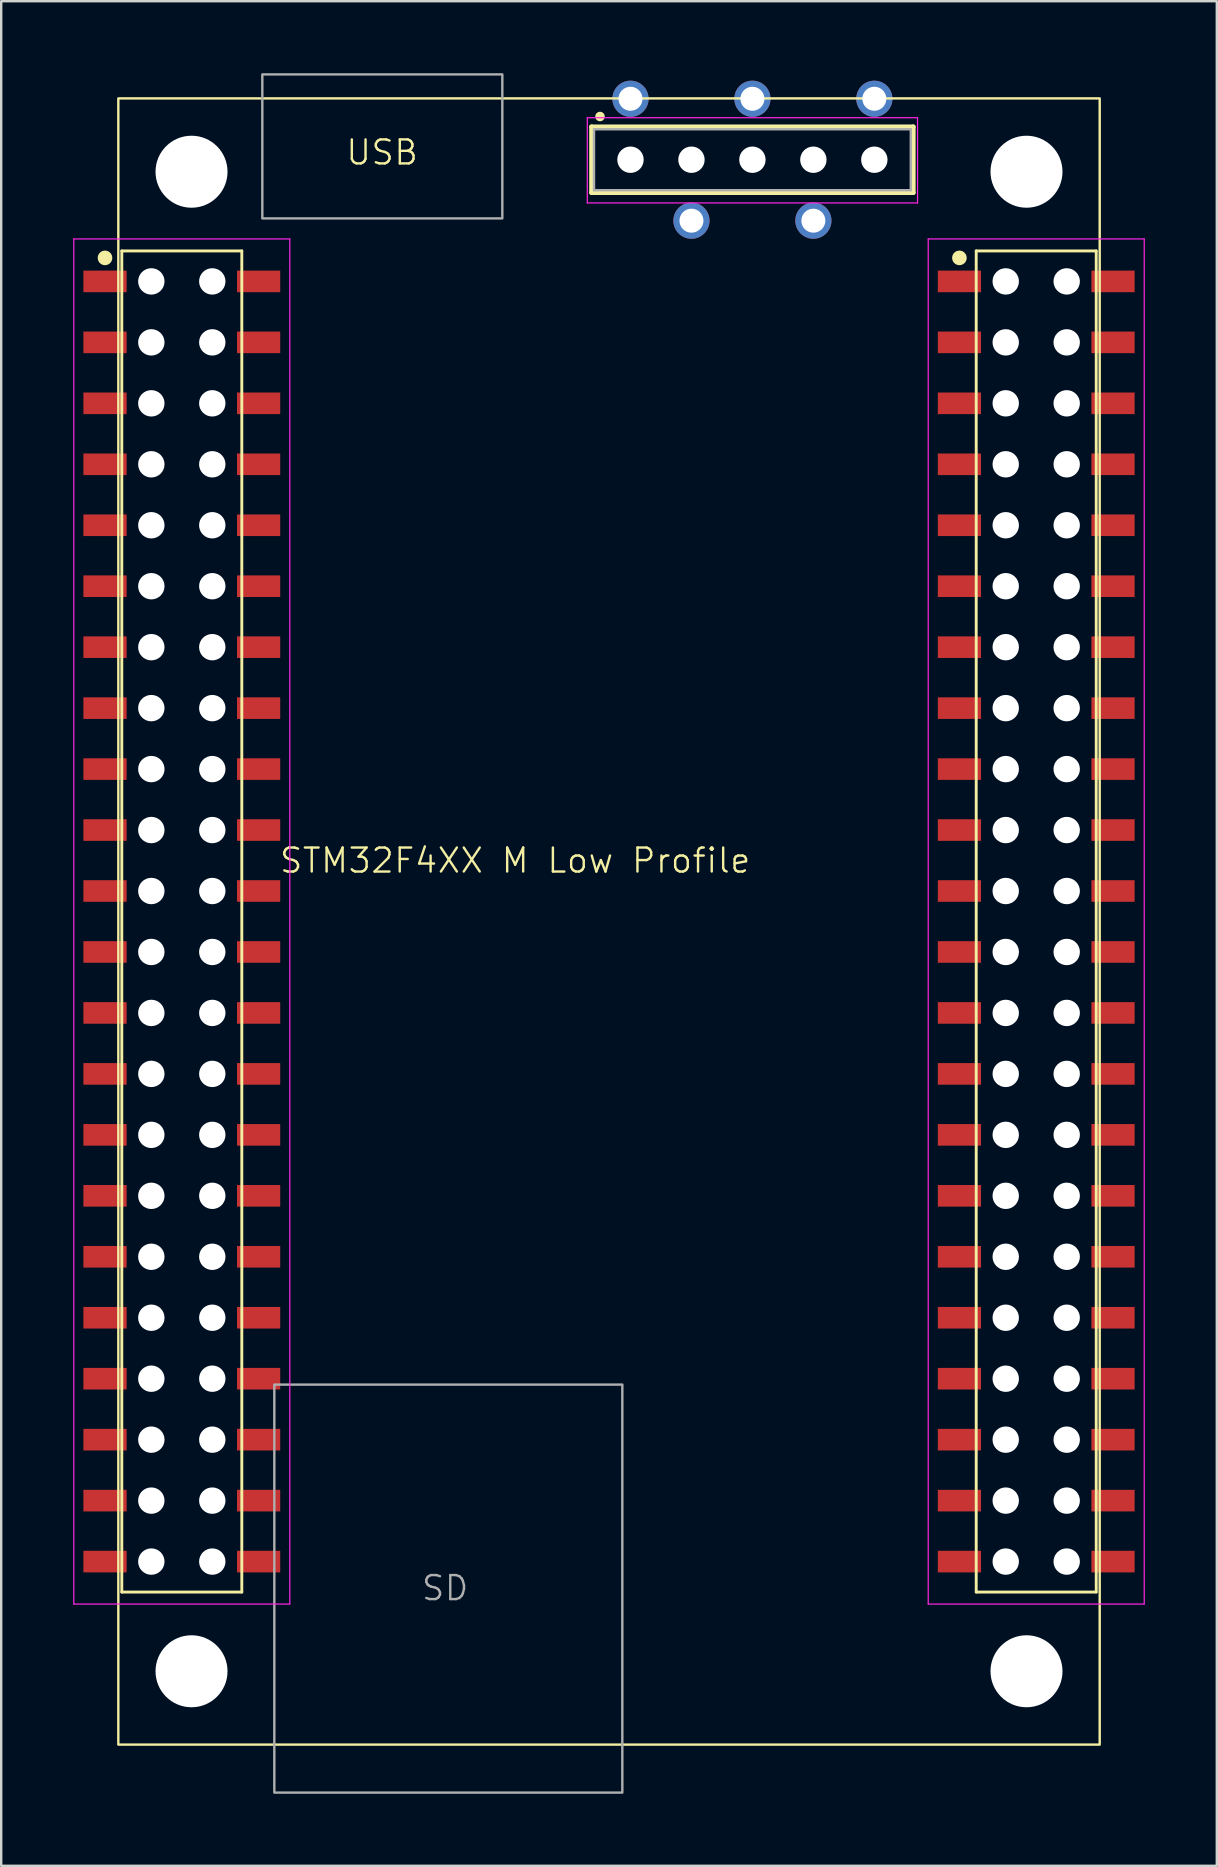
<source format=kicad_pcb>
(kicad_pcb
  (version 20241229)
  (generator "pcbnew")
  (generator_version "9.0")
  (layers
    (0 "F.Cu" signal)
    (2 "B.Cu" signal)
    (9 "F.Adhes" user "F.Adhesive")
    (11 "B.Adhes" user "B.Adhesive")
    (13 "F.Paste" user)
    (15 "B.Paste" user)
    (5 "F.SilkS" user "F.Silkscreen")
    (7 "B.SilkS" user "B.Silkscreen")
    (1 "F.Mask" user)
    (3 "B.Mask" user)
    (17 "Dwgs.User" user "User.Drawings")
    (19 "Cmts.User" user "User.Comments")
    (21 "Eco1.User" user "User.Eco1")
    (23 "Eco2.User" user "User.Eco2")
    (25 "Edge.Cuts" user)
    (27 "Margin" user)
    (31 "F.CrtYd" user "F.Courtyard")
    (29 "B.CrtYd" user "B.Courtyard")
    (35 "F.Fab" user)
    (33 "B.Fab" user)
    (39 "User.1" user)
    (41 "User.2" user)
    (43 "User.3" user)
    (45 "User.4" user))
  (footprint "STM32F4XX M Low Profile"
    (layer "F.Cu")
    (at 22.325 35.345)
    (property "Reference" "STM32F4XX M Low Profile" (at -3.91 -2.54 0) (unlocked yes) (layer "F.SilkS") (effects (font (size 1 1) (thickness 0.1))))
    (attr through_hole)
    (fp_line (start -20.3 -27.94) (end -20.3 27.94) (stroke (width 0.12) (type solid)) (layer "F.SilkS"))
    (fp_line (start -20.3 -27.94) (end -15.3 -27.94) (stroke (width 0.12) (type solid)) (layer "F.SilkS"))
    (fp_line (start -20.3 27.94) (end -15.3 27.94) (stroke (width 0.12) (type solid)) (layer "F.SilkS"))
    (fp_line (start -15.3 -27.94) (end -15.3 27.94) (stroke (width 0.12) (type solid)) (layer "F.SilkS"))
    (fp_line (start -0.725 -33.11) (end 12.675 -33.11) (stroke (width 0.2) (type solid)) (layer "F.SilkS"))
    (fp_line (start -0.725 -30.37) (end -0.725 -33.11) (stroke (width 0.2) (type solid)) (layer "F.SilkS"))
    (fp_line (start 12.675 -33.11) (end 12.675 -30.37) (stroke (width 0.2) (type solid)) (layer "F.SilkS"))
    (fp_line (start 12.675 -30.37) (end -0.725 -30.37) (stroke (width 0.2) (type solid)) (layer "F.SilkS"))
    (fp_line (start 15.3 -27.94) (end 15.3 27.94) (stroke (width 0.12) (type solid)) (layer "F.SilkS"))
    (fp_line (start 15.3 -27.94) (end 20.3 -27.94) (stroke (width 0.12) (type solid)) (layer "F.SilkS"))
    (fp_line (start 15.3 27.94) (end 20.3 27.94) (stroke (width 0.12) (type solid)) (layer "F.SilkS"))
    (fp_line (start 20.3 -27.94) (end 20.3 27.94) (stroke (width 0.12) (type solid)) (layer "F.SilkS"))
    (fp_rect (start -20.445 -34.295) (end 20.445 34.295) (stroke (width 0.1) (type default)) (fill no) (layer "F.SilkS"))
    (fp_circle (center -21 -27.65) (end -20.746 -27.65) (stroke (width 0.1) (type solid)) (fill yes) (layer "F.SilkS"))
    (fp_circle (center -0.375 -33.54) (end -0.275 -33.54) (stroke (width 0.2) (type solid)) (fill no) (layer "F.SilkS"))
    (fp_circle (center 14.6 -27.65) (end 14.854 -27.65) (stroke (width 0.1) (type solid)) (fill yes) (layer "F.SilkS"))
    (fp_line (start -22.3 -28.44) (end -22.3 28.44) (stroke (width 0.05) (type solid)) (layer "F.CrtYd"))
    (fp_line (start -13.3 -28.44) (end -22.3 -28.44) (stroke (width 0.05) (type solid)) (layer "F.CrtYd"))
    (fp_line (start -13.3 28.44) (end -22.3 28.44) (stroke (width 0.05) (type solid)) (layer "F.CrtYd"))
    (fp_line (start -13.3 28.44) (end -13.3 -28.44) (stroke (width 0.05) (type solid)) (layer "F.CrtYd"))
    (fp_line (start -0.905 -33.49) (end 12.855 -33.49) (stroke (width 0.05) (type solid)) (layer "F.CrtYd"))
    (fp_line (start -0.905 -29.94) (end -0.905 -33.49) (stroke (width 0.05) (type solid)) (layer "F.CrtYd"))
    (fp_line (start 12.855 -33.49) (end 12.855 -29.94) (stroke (width 0.05) (type solid)) (layer "F.CrtYd"))
    (fp_line (start 12.855 -29.94) (end -0.905 -29.94) (stroke (width 0.05) (type solid)) (layer "F.CrtYd"))
    (fp_line (start 13.3 -28.44) (end 13.3 28.44) (stroke (width 0.05) (type solid)) (layer "F.CrtYd"))
    (fp_line (start 22.3 -28.44) (end 13.3 -28.44) (stroke (width 0.05) (type solid)) (layer "F.CrtYd"))
    (fp_line (start 22.3 28.44) (end 13.3 28.44) (stroke (width 0.05) (type solid)) (layer "F.CrtYd"))
    (fp_line (start 22.3 28.44) (end 22.3 -28.44) (stroke (width 0.05) (type solid)) (layer "F.CrtYd"))
    (fp_line (start -0.625 -33.01) (end 12.575 -33.01) (stroke (width 0.1) (type solid)) (layer "F.Fab"))
    (fp_line (start -0.625 -30.47) (end -0.625 -33.01) (stroke (width 0.1) (type solid)) (layer "F.Fab"))
    (fp_line (start 12.575 -33.01) (end 12.575 -30.47) (stroke (width 0.1) (type solid)) (layer "F.Fab"))
    (fp_line (start 12.575 -30.47) (end -0.625 -30.47) (stroke (width 0.1) (type solid)) (layer "F.Fab"))
    (fp_rect (start -14.445 -35.295) (end -4.445 -29.295) (stroke (width 0.1) (type default)) (fill no) (layer "F.Fab"))
    (fp_rect (start -13.945 19.295) (end 0.555 36.295) (stroke (width 0.1) (type default)) (fill no) (layer "F.Fab"))
    (fp_text user "USB" (at -11.02 -31.46 0) (unlocked yes) (layer "F.SilkS") (effects (font (size 1 1) (thickness 0.1)) (justify left bottom)))
    (fp_text user "SD" (at -7.87 28.36 0) (unlocked yes) (layer "F.Fab") (effects (font (size 1 1) (thickness 0.1)) (justify left bottom)))
    (pad "" np_thru_hole circle (at -19.07 -26.67) (size 1.1 1.1) (drill 1.1) (layers "*.Cu" "*.Mask"))
    (pad "" np_thru_hole circle (at -19.07 -24.13) (size 1.1 1.1) (drill 1.1) (layers "*.Cu" "*.Mask"))
    (pad "" np_thru_hole circle (at -19.07 -21.59) (size 1.1 1.1) (drill 1.1) (layers "*.Cu" "*.Mask"))
    (pad "" np_thru_hole circle (at -19.07 -19.05) (size 1.1 1.1) (drill 1.1) (layers "*.Cu" "*.Mask"))
    (pad "" np_thru_hole circle (at -19.07 -16.51) (size 1.1 1.1) (drill 1.1) (layers "*.Cu" "*.Mask"))
    (pad "" np_thru_hole circle (at -19.07 -13.97) (size 1.1 1.1) (drill 1.1) (layers "*.Cu" "*.Mask"))
    (pad "" np_thru_hole circle (at -19.07 -11.43) (size 1.1 1.1) (drill 1.1) (layers "*.Cu" "*.Mask"))
    (pad "" np_thru_hole circle (at -19.07 -8.89) (size 1.1 1.1) (drill 1.1) (layers "*.Cu" "*.Mask"))
    (pad "" np_thru_hole circle (at -19.07 -6.35) (size 1.1 1.1) (drill 1.1) (layers "*.Cu" "*.Mask"))
    (pad "" np_thru_hole circle (at -19.07 -3.81) (size 1.1 1.1) (drill 1.1) (layers "*.Cu" "*.Mask"))
    (pad "" np_thru_hole circle (at -19.07 -1.27) (size 1.1 1.1) (drill 1.1) (layers "*.Cu" "*.Mask"))
    (pad "" np_thru_hole circle (at -19.07 1.27) (size 1.1 1.1) (drill 1.1) (layers "*.Cu" "*.Mask"))
    (pad "" np_thru_hole circle (at -19.07 3.81) (size 1.1 1.1) (drill 1.1) (layers "*.Cu" "*.Mask"))
    (pad "" np_thru_hole circle (at -19.07 6.35) (size 1.1 1.1) (drill 1.1) (layers "*.Cu" "*.Mask"))
    (pad "" np_thru_hole circle (at -19.07 8.89) (size 1.1 1.1) (drill 1.1) (layers "*.Cu" "*.Mask"))
    (pad "" np_thru_hole circle (at -19.07 11.43) (size 1.1 1.1) (drill 1.1) (layers "*.Cu" "*.Mask"))
    (pad "" np_thru_hole circle (at -19.07 13.97) (size 1.1 1.1) (drill 1.1) (layers "*.Cu" "*.Mask"))
    (pad "" np_thru_hole circle (at -19.07 16.51) (size 1.1 1.1) (drill 1.1) (layers "*.Cu" "*.Mask"))
    (pad "" np_thru_hole circle (at -19.07 19.05) (size 1.1 1.1) (drill 1.1) (layers "*.Cu" "*.Mask"))
    (pad "" np_thru_hole circle (at -19.07 21.59) (size 1.1 1.1) (drill 1.1) (layers "*.Cu" "*.Mask"))
    (pad "" np_thru_hole circle (at -19.07 24.13) (size 1.1 1.1) (drill 1.1) (layers "*.Cu" "*.Mask"))
    (pad "" np_thru_hole circle (at -19.07 26.67) (size 1.1 1.1) (drill 1.1) (layers "*.Cu" "*.Mask"))
    (pad "" np_thru_hole circle (at -17.395 -31.24) (size 3 3) (drill 3) (layers "*.Cu" "*.Mask"))
    (pad "" np_thru_hole circle (at -17.395 31.24) (size 3 3) (drill 3) (layers "*.Cu" "*.Mask"))
    (pad "" np_thru_hole circle (at -16.53 -26.67) (size 1.1 1.1) (drill 1.1) (layers "*.Cu" "*.Mask"))
    (pad "" np_thru_hole circle (at -16.53 -24.13) (size 1.1 1.1) (drill 1.1) (layers "*.Cu" "*.Mask"))
    (pad "" np_thru_hole circle (at -16.53 -21.59) (size 1.1 1.1) (drill 1.1) (layers "*.Cu" "*.Mask"))
    (pad "" np_thru_hole circle (at -16.53 -19.05) (size 1.1 1.1) (drill 1.1) (layers "*.Cu" "*.Mask"))
    (pad "" np_thru_hole circle (at -16.53 -16.51) (size 1.1 1.1) (drill 1.1) (layers "*.Cu" "*.Mask"))
    (pad "" np_thru_hole circle (at -16.53 -13.97) (size 1.1 1.1) (drill 1.1) (layers "*.Cu" "*.Mask"))
    (pad "" np_thru_hole circle (at -16.53 -11.43) (size 1.1 1.1) (drill 1.1) (layers "*.Cu" "*.Mask"))
    (pad "" np_thru_hole circle (at -16.53 -8.89) (size 1.1 1.1) (drill 1.1) (layers "*.Cu" "*.Mask"))
    (pad "" np_thru_hole circle (at -16.53 -6.35) (size 1.1 1.1) (drill 1.1) (layers "*.Cu" "*.Mask"))
    (pad "" np_thru_hole circle (at -16.53 -3.81) (size 1.1 1.1) (drill 1.1) (layers "*.Cu" "*.Mask"))
    (pad "" np_thru_hole circle (at -16.53 -1.27) (size 1.1 1.1) (drill 1.1) (layers "*.Cu" "*.Mask"))
    (pad "" np_thru_hole circle (at -16.53 1.27) (size 1.1 1.1) (drill 1.1) (layers "*.Cu" "*.Mask"))
    (pad "" np_thru_hole circle (at -16.53 3.81) (size 1.1 1.1) (drill 1.1) (layers "*.Cu" "*.Mask"))
    (pad "" np_thru_hole circle (at -16.53 6.35) (size 1.1 1.1) (drill 1.1) (layers "*.Cu" "*.Mask"))
    (pad "" np_thru_hole circle (at -16.53 8.89) (size 1.1 1.1) (drill 1.1) (layers "*.Cu" "*.Mask"))
    (pad "" np_thru_hole circle (at -16.53 11.43) (size 1.1 1.1) (drill 1.1) (layers "*.Cu" "*.Mask"))
    (pad "" np_thru_hole circle (at -16.53 13.97) (size 1.1 1.1) (drill 1.1) (layers "*.Cu" "*.Mask"))
    (pad "" np_thru_hole circle (at -16.53 16.51) (size 1.1 1.1) (drill 1.1) (layers "*.Cu" "*.Mask"))
    (pad "" np_thru_hole circle (at -16.53 19.05) (size 1.1 1.1) (drill 1.1) (layers "*.Cu" "*.Mask"))
    (pad "" np_thru_hole circle (at -16.53 21.59) (size 1.1 1.1) (drill 1.1) (layers "*.Cu" "*.Mask"))
    (pad "" np_thru_hole circle (at -16.53 24.13) (size 1.1 1.1) (drill 1.1) (layers "*.Cu" "*.Mask"))
    (pad "" np_thru_hole circle (at -16.53 26.67) (size 1.1 1.1) (drill 1.1) (layers "*.Cu" "*.Mask"))
    (pad "" np_thru_hole circle (at 0.895 -31.74) (size 1.1 1.1) (drill 1.1) (layers "*.Cu" "*.Mask"))
    (pad "" np_thru_hole circle (at 3.435 -31.74) (size 1.1 1.1) (drill 1.1) (layers "*.Cu" "*.Mask"))
    (pad "" np_thru_hole circle (at 5.975 -31.74) (size 1.1 1.1) (drill 1.1) (layers "*.Cu" "*.Mask"))
    (pad "" np_thru_hole circle (at 8.515 -31.74) (size 1.1 1.1) (drill 1.1) (layers "*.Cu" "*.Mask"))
    (pad "" np_thru_hole circle (at 11.055 -31.74) (size 1.1 1.1) (drill 1.1) (layers "*.Cu" "*.Mask"))
    (pad "" np_thru_hole circle (at 16.53 -26.67) (size 1.1 1.1) (drill 1.1) (layers "*.Cu" "*.Mask"))
    (pad "" np_thru_hole circle (at 16.53 -24.13) (size 1.1 1.1) (drill 1.1) (layers "*.Cu" "*.Mask"))
    (pad "" np_thru_hole circle (at 16.53 -21.59) (size 1.1 1.1) (drill 1.1) (layers "*.Cu" "*.Mask"))
    (pad "" np_thru_hole circle (at 16.53 -19.05) (size 1.1 1.1) (drill 1.1) (layers "*.Cu" "*.Mask"))
    (pad "" np_thru_hole circle (at 16.53 -16.51) (size 1.1 1.1) (drill 1.1) (layers "*.Cu" "*.Mask"))
    (pad "" np_thru_hole circle (at 16.53 -13.97) (size 1.1 1.1) (drill 1.1) (layers "*.Cu" "*.Mask"))
    (pad "" np_thru_hole circle (at 16.53 -11.43) (size 1.1 1.1) (drill 1.1) (layers "*.Cu" "*.Mask"))
    (pad "" np_thru_hole circle (at 16.53 -8.89) (size 1.1 1.1) (drill 1.1) (layers "*.Cu" "*.Mask"))
    (pad "" np_thru_hole circle (at 16.53 -6.35) (size 1.1 1.1) (drill 1.1) (layers "*.Cu" "*.Mask"))
    (pad "" np_thru_hole circle (at 16.53 -3.81) (size 1.1 1.1) (drill 1.1) (layers "*.Cu" "*.Mask"))
    (pad "" np_thru_hole circle (at 16.53 -1.27) (size 1.1 1.1) (drill 1.1) (layers "*.Cu" "*.Mask"))
    (pad "" np_thru_hole circle (at 16.53 1.27) (size 1.1 1.1) (drill 1.1) (layers "*.Cu" "*.Mask"))
    (pad "" np_thru_hole circle (at 16.53 3.81) (size 1.1 1.1) (drill 1.1) (layers "*.Cu" "*.Mask"))
    (pad "" np_thru_hole circle (at 16.53 6.35) (size 1.1 1.1) (drill 1.1) (layers "*.Cu" "*.Mask"))
    (pad "" np_thru_hole circle (at 16.53 8.89) (size 1.1 1.1) (drill 1.1) (layers "*.Cu" "*.Mask"))
    (pad "" np_thru_hole circle (at 16.53 11.43) (size 1.1 1.1) (drill 1.1) (layers "*.Cu" "*.Mask"))
    (pad "" np_thru_hole circle (at 16.53 13.97) (size 1.1 1.1) (drill 1.1) (layers "*.Cu" "*.Mask"))
    (pad "" np_thru_hole circle (at 16.53 16.51) (size 1.1 1.1) (drill 1.1) (layers "*.Cu" "*.Mask"))
    (pad "" np_thru_hole circle (at 16.53 19.05) (size 1.1 1.1) (drill 1.1) (layers "*.Cu" "*.Mask"))
    (pad "" np_thru_hole circle (at 16.53 21.59) (size 1.1 1.1) (drill 1.1) (layers "*.Cu" "*.Mask"))
    (pad "" np_thru_hole circle (at 16.53 24.13) (size 1.1 1.1) (drill 1.1) (layers "*.Cu" "*.Mask"))
    (pad "" np_thru_hole circle (at 16.53 26.67) (size 1.1 1.1) (drill 1.1) (layers "*.Cu" "*.Mask"))
    (pad "" np_thru_hole circle (at 17.395 -31.24) (size 3 3) (drill 3) (layers "*.Cu" "*.Mask"))
    (pad "" np_thru_hole circle (at 17.395 31.24) (size 3 3) (drill 3) (layers "*.Cu" "*.Mask"))
    (pad "" np_thru_hole circle (at 19.07 -26.67) (size 1.1 1.1) (drill 1.1) (layers "*.Cu" "*.Mask"))
    (pad "" np_thru_hole circle (at 19.07 -24.13) (size 1.1 1.1) (drill 1.1) (layers "*.Cu" "*.Mask"))
    (pad "" np_thru_hole circle (at 19.07 -21.59) (size 1.1 1.1) (drill 1.1) (layers "*.Cu" "*.Mask"))
    (pad "" np_thru_hole circle (at 19.07 -19.05) (size 1.1 1.1) (drill 1.1) (layers "*.Cu" "*.Mask"))
    (pad "" np_thru_hole circle (at 19.07 -16.51) (size 1.1 1.1) (drill 1.1) (layers "*.Cu" "*.Mask"))
    (pad "" np_thru_hole circle (at 19.07 -13.97) (size 1.1 1.1) (drill 1.1) (layers "*.Cu" "*.Mask"))
    (pad "" np_thru_hole circle (at 19.07 -11.43) (size 1.1 1.1) (drill 1.1) (layers "*.Cu" "*.Mask"))
    (pad "" np_thru_hole circle (at 19.07 -8.89) (size 1.1 1.1) (drill 1.1) (layers "*.Cu" "*.Mask"))
    (pad "" np_thru_hole circle (at 19.07 -6.35) (size 1.1 1.1) (drill 1.1) (layers "*.Cu" "*.Mask"))
    (pad "" np_thru_hole circle (at 19.07 -3.81) (size 1.1 1.1) (drill 1.1) (layers "*.Cu" "*.Mask"))
    (pad "" np_thru_hole circle (at 19.07 -1.27) (size 1.1 1.1) (drill 1.1) (layers "*.Cu" "*.Mask"))
    (pad "" np_thru_hole circle (at 19.07 1.27) (size 1.1 1.1) (drill 1.1) (layers "*.Cu" "*.Mask"))
    (pad "" np_thru_hole circle (at 19.07 3.81) (size 1.1 1.1) (drill 1.1) (layers "*.Cu" "*.Mask"))
    (pad "" np_thru_hole circle (at 19.07 6.35) (size 1.1 1.1) (drill 1.1) (layers "*.Cu" "*.Mask"))
    (pad "" np_thru_hole circle (at 19.07 8.89) (size 1.1 1.1) (drill 1.1) (layers "*.Cu" "*.Mask"))
    (pad "" np_thru_hole circle (at 19.07 11.43) (size 1.1 1.1) (drill 1.1) (layers "*.Cu" "*.Mask"))
    (pad "" np_thru_hole circle (at 19.07 13.97) (size 1.1 1.1) (drill 1.1) (layers "*.Cu" "*.Mask"))
    (pad "" np_thru_hole circle (at 19.07 16.51) (size 1.1 1.1) (drill 1.1) (layers "*.Cu" "*.Mask"))
    (pad "" np_thru_hole circle (at 19.07 19.05) (size 1.1 1.1) (drill 1.1) (layers "*.Cu" "*.Mask"))
    (pad "" np_thru_hole circle (at 19.07 21.59) (size 1.1 1.1) (drill 1.1) (layers "*.Cu" "*.Mask"))
    (pad "" np_thru_hole circle (at 19.07 24.13) (size 1.1 1.1) (drill 1.1) (layers "*.Cu" "*.Mask"))
    (pad "" np_thru_hole circle (at 19.07 26.67) (size 1.1 1.1) (drill 1.1) (layers "*.Cu" "*.Mask"))
    (pad "1" smd rect (at -21 -26.67) (size 1.8 0.9) (layers "F.Cu" "F.Mask" "F.Paste"))
    (pad "1" smd rect (at -14.6 -26.67) (size 1.8 0.9) (layers "F.Cu" "F.Mask" "F.Paste"))
    (pad "2" smd rect (at -21 -24.13) (size 1.8 0.9) (layers "F.Cu" "F.Mask" "F.Paste"))
    (pad "2" smd rect (at -14.6 -24.13) (size 1.8 0.9) (layers "F.Cu" "F.Mask" "F.Paste"))
    (pad "2" smd rect (at 14.6 -26.67) (size 1.8 0.9) (layers "F.Cu" "F.Mask" "F.Paste"))
    (pad "2" smd rect (at 21 -26.67) (size 1.8 0.9) (layers "F.Cu" "F.Mask" "F.Paste"))
    (pad "3" smd rect (at -21 -21.59) (size 1.8 0.9) (layers "F.Cu" "F.Mask" "F.Paste"))
    (pad "3" smd rect (at -14.6 -21.59) (size 1.8 0.9) (layers "F.Cu" "F.Mask" "F.Paste"))
    (pad "3" smd rect (at 14.6 -24.13) (size 1.8 0.9) (layers "F.Cu" "F.Mask" "F.Paste"))
    (pad "3" smd rect (at 14.6 -21.59) (size 1.8 0.9) (layers "F.Cu" "F.Mask" "F.Paste"))
    (pad "3" smd rect (at 21 -24.13) (size 1.8 0.9) (layers "F.Cu" "F.Mask" "F.Paste"))
    (pad "3" smd rect (at 21 -21.59) (size 1.8 0.9) (layers "F.Cu" "F.Mask" "F.Paste"))
    (pad "4" smd rect (at -21 -19.05) (size 1.8 0.9) (layers "F.Cu" "F.Mask" "F.Paste"))
    (pad "5" smd rect (at -14.6 -19.05) (size 1.8 0.9) (layers "F.Cu" "F.Mask" "F.Paste"))
    (pad "6" smd rect (at -21 -16.51) (size 1.8 0.9) (layers "F.Cu" "F.Mask" "F.Paste"))
    (pad "7" smd rect (at -14.6 -16.51) (size 1.8 0.9) (layers "F.Cu" "F.Mask" "F.Paste"))
    (pad "8" smd rect (at -21 -13.97) (size 1.8 0.9) (layers "F.Cu" "F.Mask" "F.Paste"))
    (pad "9" smd rect (at -14.6 -13.97) (size 1.8 0.9) (layers "F.Cu" "F.Mask" "F.Paste"))
    (pad "10" smd rect (at -21 -11.43) (size 1.8 0.9) (layers "F.Cu" "F.Mask" "F.Paste"))
    (pad "11" smd rect (at -14.6 -11.43) (size 1.8 0.9) (layers "F.Cu" "F.Mask" "F.Paste"))
    (pad "12" smd rect (at -21 -8.89) (size 1.8 0.9) (layers "F.Cu" "F.Mask" "F.Paste"))
    (pad "13" smd rect (at -14.6 -8.89) (size 1.8 0.9) (layers "F.Cu" "F.Mask" "F.Paste"))
    (pad "14" smd rect (at -21 -6.35) (size 1.8 0.9) (layers "F.Cu" "F.Mask" "F.Paste"))
    (pad "15" smd rect (at -14.6 -6.35) (size 1.8 0.9) (layers "F.Cu" "F.Mask" "F.Paste"))
    (pad "16" smd rect (at -21 -3.81) (size 1.8 0.9) (layers "F.Cu" "F.Mask" "F.Paste"))
    (pad "17" smd rect (at -14.6 -3.81) (size 1.8 0.9) (layers "F.Cu" "F.Mask" "F.Paste"))
    (pad "18" smd rect (at -21 -1.27) (size 1.8 0.9) (layers "F.Cu" "F.Mask" "F.Paste"))
    (pad "19" smd rect (at -14.6 -1.27) (size 1.8 0.9) (layers "F.Cu" "F.Mask" "F.Paste"))
    (pad "20" smd rect (at -21 1.27) (size 1.8 0.9) (layers "F.Cu" "F.Mask" "F.Paste"))
    (pad "21" smd rect (at -14.6 1.27) (size 1.8 0.9) (layers "F.Cu" "F.Mask" "F.Paste"))
    (pad "22" smd rect (at -21 3.81) (size 1.8 0.9) (layers "F.Cu" "F.Mask" "F.Paste"))
    (pad "23" smd rect (at -14.6 3.81) (size 1.8 0.9) (layers "F.Cu" "F.Mask" "F.Paste"))
    (pad "24" smd rect (at -21 6.35) (size 1.8 0.9) (layers "F.Cu" "F.Mask" "F.Paste"))
    (pad "25" smd rect (at -14.6 6.35) (size 1.8 0.9) (layers "F.Cu" "F.Mask" "F.Paste"))
    (pad "26" smd rect (at -21 8.89) (size 1.8 0.9) (layers "F.Cu" "F.Mask" "F.Paste"))
    (pad "27" smd rect (at -14.6 8.89) (size 1.8 0.9) (layers "F.Cu" "F.Mask" "F.Paste"))
    (pad "28" smd rect (at -21 11.43) (size 1.8 0.9) (layers "F.Cu" "F.Mask" "F.Paste"))
    (pad "29" smd rect (at -14.6 11.43) (size 1.8 0.9) (layers "F.Cu" "F.Mask" "F.Paste"))
    (pad "30" smd rect (at -21 13.97) (size 1.8 0.9) (layers "F.Cu" "F.Mask" "F.Paste"))
    (pad "31" smd rect (at -14.6 13.97) (size 1.8 0.9) (layers "F.Cu" "F.Mask" "F.Paste"))
    (pad "32" smd rect (at -21 16.51) (size 1.8 0.9) (layers "F.Cu" "F.Mask" "F.Paste"))
    (pad "33" smd rect (at -14.6 16.51) (size 1.8 0.9) (layers "F.Cu" "F.Mask" "F.Paste"))
    (pad "34" smd rect (at -21 19.05) (size 1.8 0.9) (layers "F.Cu" "F.Mask" "F.Paste"))
    (pad "35" smd rect (at -14.6 19.05) (size 1.8 0.9) (layers "F.Cu" "F.Mask" "F.Paste"))
    (pad "36" smd rect (at -21 21.59) (size 1.8 0.9) (layers "F.Cu" "F.Mask" "F.Paste"))
    (pad "37" smd rect (at -14.6 21.59) (size 1.8 0.9) (layers "F.Cu" "F.Mask" "F.Paste"))
    (pad "38" smd rect (at -21 24.13) (size 1.8 0.9) (layers "F.Cu" "F.Mask" "F.Paste"))
    (pad "39" smd rect (at -14.6 24.13) (size 1.8 0.9) (layers "F.Cu" "F.Mask" "F.Paste"))
    (pad "40" smd rect (at -21 26.67) (size 1.8 0.9) (layers "F.Cu" "F.Mask" "F.Paste"))
    (pad "41" smd rect (at -14.6 26.67) (size 1.8 0.9) (layers "F.Cu" "F.Mask" "F.Paste"))
    (pad "42" smd rect (at 14.6 -19.05) (size 1.8 0.9) (layers "F.Cu" "F.Mask" "F.Paste"))
    (pad "43" smd rect (at 21 -19.05) (size 1.8 0.9) (layers "F.Cu" "F.Mask" "F.Paste"))
    (pad "44" smd rect (at 14.6 -16.51) (size 1.8 0.9) (layers "F.Cu" "F.Mask" "F.Paste"))
    (pad "45" smd rect (at 21 -16.51) (size 1.8 0.9) (layers "F.Cu" "F.Mask" "F.Paste"))
    (pad "46" smd rect (at 14.6 -13.97) (size 1.8 0.9) (layers "F.Cu" "F.Mask" "F.Paste"))
    (pad "47" smd rect (at 21 -13.97) (size 1.8 0.9) (layers "F.Cu" "F.Mask" "F.Paste"))
    (pad "48" smd rect (at 14.6 -11.43) (size 1.8 0.9) (layers "F.Cu" "F.Mask" "F.Paste"))
    (pad "49" smd rect (at 21 -11.43) (size 1.8 0.9) (layers "F.Cu" "F.Mask" "F.Paste"))
    (pad "50" smd rect (at 14.6 -8.89) (size 1.8 0.9) (layers "F.Cu" "F.Mask" "F.Paste"))
    (pad "51" smd rect (at 21 -8.89) (size 1.8 0.9) (layers "F.Cu" "F.Mask" "F.Paste"))
    (pad "52" smd rect (at 14.6 -6.35) (size 1.8 0.9) (layers "F.Cu" "F.Mask" "F.Paste"))
    (pad "53" smd rect (at 21 -6.35) (size 1.8 0.9) (layers "F.Cu" "F.Mask" "F.Paste"))
    (pad "54" smd rect (at 14.6 -3.81) (size 1.8 0.9) (layers "F.Cu" "F.Mask" "F.Paste"))
    (pad "55" smd rect (at 21 -3.81) (size 1.8 0.9) (layers "F.Cu" "F.Mask" "F.Paste"))
    (pad "56" smd rect (at 14.6 -1.27) (size 1.8 0.9) (layers "F.Cu" "F.Mask" "F.Paste"))
    (pad "57" smd rect (at 21 -1.27) (size 1.8 0.9) (layers "F.Cu" "F.Mask" "F.Paste"))
    (pad "58" smd rect (at 14.6 1.27) (size 1.8 0.9) (layers "F.Cu" "F.Mask" "F.Paste"))
    (pad "59" smd rect (at 21 1.27) (size 1.8 0.9) (layers "F.Cu" "F.Mask" "F.Paste"))
    (pad "60" smd rect (at 14.6 3.81) (size 1.8 0.9) (layers "F.Cu" "F.Mask" "F.Paste"))
    (pad "61" smd rect (at 21 3.81) (size 1.8 0.9) (layers "F.Cu" "F.Mask" "F.Paste"))
    (pad "62" smd rect (at 14.6 6.35) (size 1.8 0.9) (layers "F.Cu" "F.Mask" "F.Paste"))
    (pad "63" smd rect (at 21 6.35) (size 1.8 0.9) (layers "F.Cu" "F.Mask" "F.Paste"))
    (pad "64" smd rect (at 14.6 8.89) (size 1.8 0.9) (layers "F.Cu" "F.Mask" "F.Paste"))
    (pad "65" smd rect (at 21 8.89) (size 1.8 0.9) (layers "F.Cu" "F.Mask" "F.Paste"))
    (pad "66" smd rect (at 14.6 11.43) (size 1.8 0.9) (layers "F.Cu" "F.Mask" "F.Paste"))
    (pad "67" smd rect (at 21 11.43) (size 1.8 0.9) (layers "F.Cu" "F.Mask" "F.Paste"))
    (pad "68" smd rect (at 14.6 13.97) (size 1.8 0.9) (layers "F.Cu" "F.Mask" "F.Paste"))
    (pad "69" smd rect (at 21 13.97) (size 1.8 0.9) (layers "F.Cu" "F.Mask" "F.Paste"))
    (pad "70" smd rect (at 14.6 16.51) (size 1.8 0.9) (layers "F.Cu" "F.Mask" "F.Paste"))
    (pad "71" smd rect (at 21 16.51) (size 1.8 0.9) (layers "F.Cu" "F.Mask" "F.Paste"))
    (pad "72" smd rect (at 14.6 19.05) (size 1.8 0.9) (layers "F.Cu" "F.Mask" "F.Paste"))
    (pad "73" smd rect (at 21 19.05) (size 1.8 0.9) (layers "F.Cu" "F.Mask" "F.Paste"))
    (pad "74" smd rect (at 14.6 21.59) (size 1.8 0.9) (layers "F.Cu" "F.Mask" "F.Paste"))
    (pad "75" smd rect (at 21 21.59) (size 1.8 0.9) (layers "F.Cu" "F.Mask" "F.Paste"))
    (pad "76" smd rect (at 14.6 24.13) (size 1.8 0.9) (layers "F.Cu" "F.Mask" "F.Paste"))
    (pad "77" smd rect (at 21 24.13) (size 1.8 0.9) (layers "F.Cu" "F.Mask" "F.Paste"))
    (pad "78" smd rect (at 14.6 26.67) (size 1.8 0.9) (layers "F.Cu" "F.Mask" "F.Paste"))
    (pad "79" smd rect (at 21 26.67) (size 1.8 0.9) (layers "F.Cu" "F.Mask" "F.Paste"))
    (pad "80" thru_hole circle (at 0.895 -34.28) (size 1.508 1.508) (drill 1) (layers "*.Cu" "*.Mask"))
    (pad "81" thru_hole circle (at 3.435 -29.2) (size 1.508 1.508) (drill 1) (layers "*.Cu" "*.Mask"))
    (pad "82" thru_hole circle (at 5.975 -34.28) (size 1.508 1.508) (drill 1) (layers "*.Cu" "*.Mask"))
    (pad "83" thru_hole circle (at 8.515 -29.2) (size 1.508 1.508) (drill 1) (layers "*.Cu" "*.Mask"))
    (pad "84" thru_hole circle (at 11.055 -34.28) (size 1.508 1.508) (drill 1) (layers "*.Cu" "*.Mask")))
  (gr_rect
    (start -3 -3)
    (end 47.65 74.69)
    (stroke (width 0.1) (type default))
    (fill no)
    (layer "Edge.Cuts")))
</source>
